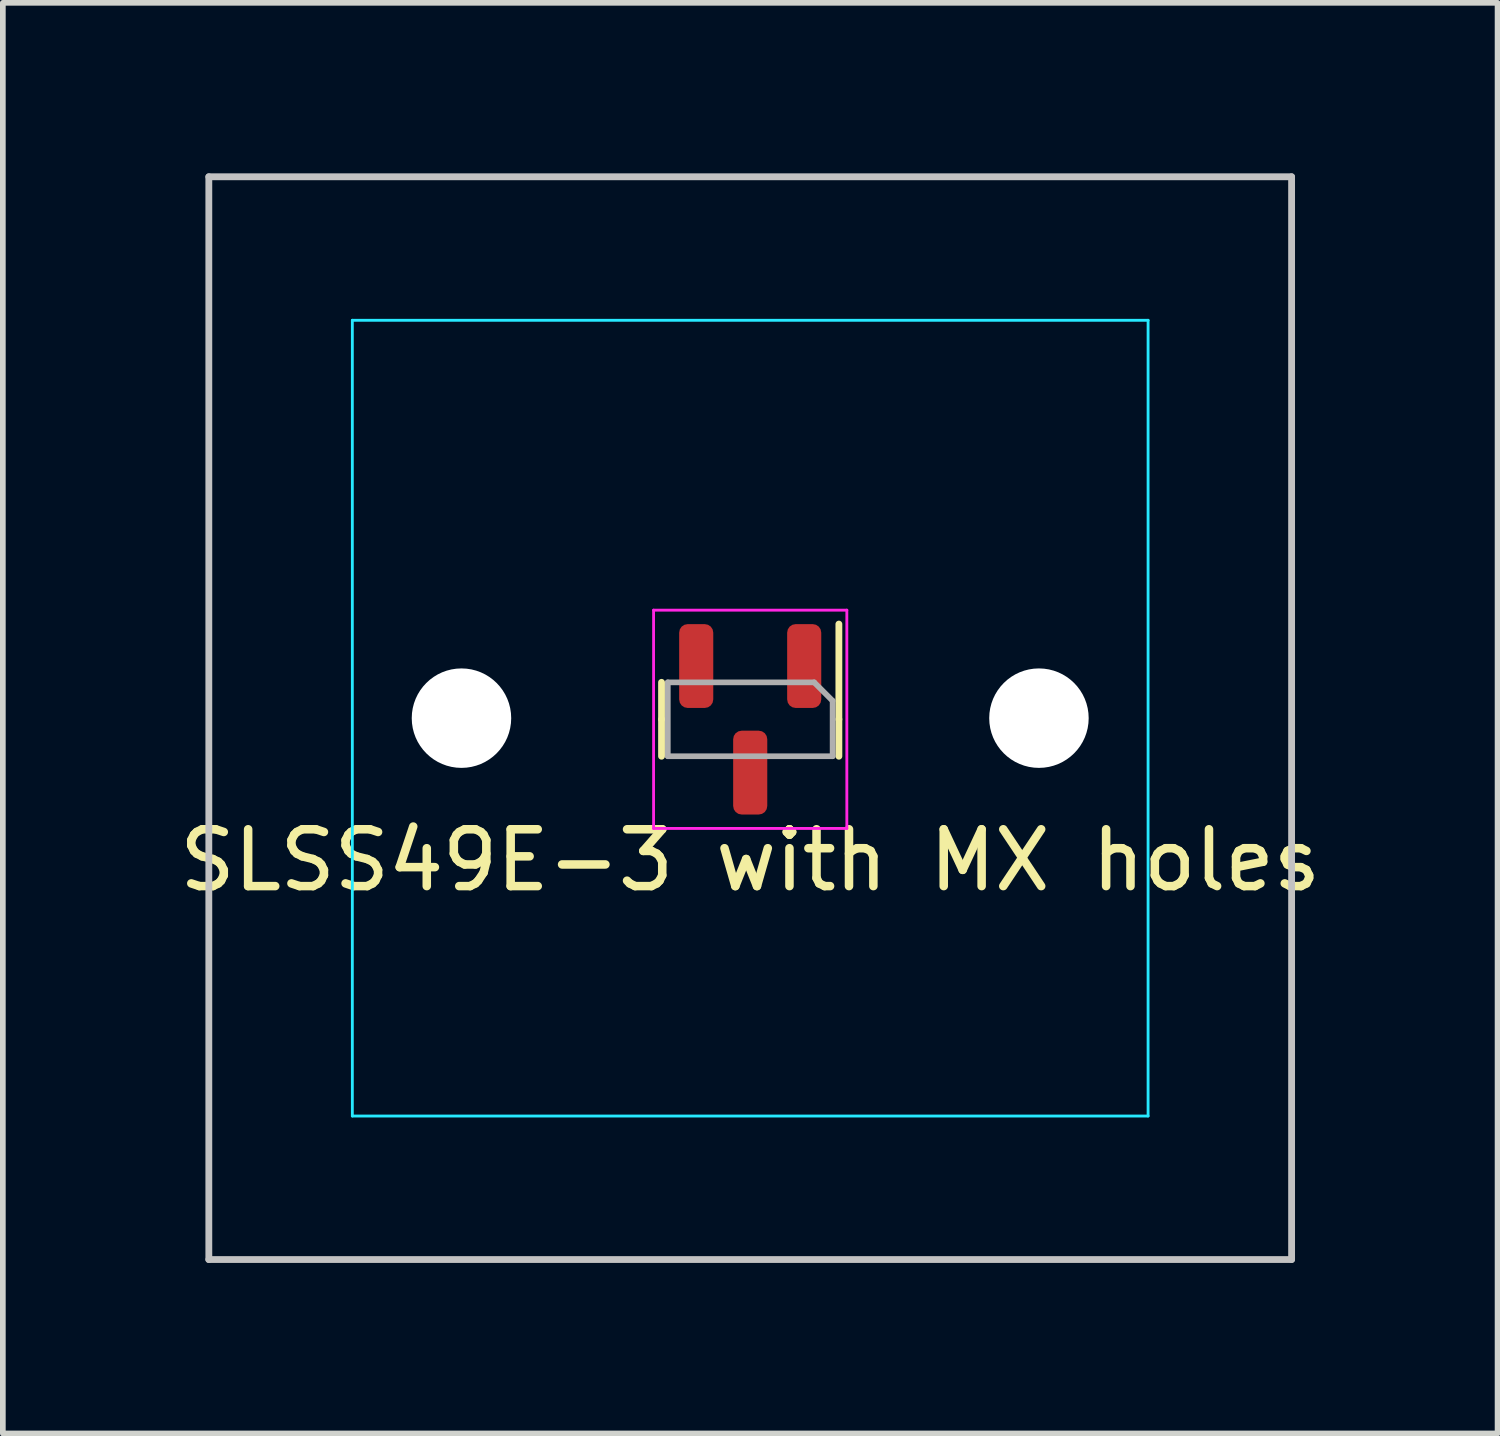
<source format=kicad_pcb>
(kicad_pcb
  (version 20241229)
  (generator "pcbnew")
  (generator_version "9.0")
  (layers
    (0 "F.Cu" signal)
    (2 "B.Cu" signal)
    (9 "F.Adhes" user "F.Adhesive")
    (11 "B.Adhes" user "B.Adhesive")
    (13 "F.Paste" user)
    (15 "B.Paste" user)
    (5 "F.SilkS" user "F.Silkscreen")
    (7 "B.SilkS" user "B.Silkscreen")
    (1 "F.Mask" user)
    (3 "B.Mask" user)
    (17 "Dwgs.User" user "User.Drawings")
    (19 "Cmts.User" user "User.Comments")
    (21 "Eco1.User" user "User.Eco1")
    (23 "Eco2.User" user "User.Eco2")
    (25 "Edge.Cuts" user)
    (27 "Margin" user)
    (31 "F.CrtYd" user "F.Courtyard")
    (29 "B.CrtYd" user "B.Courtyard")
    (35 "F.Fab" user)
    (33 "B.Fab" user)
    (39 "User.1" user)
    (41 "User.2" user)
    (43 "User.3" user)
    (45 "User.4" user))
  (footprint "SLSS49E-3 with MX holes"
    (layer "F.Cu")
    (at 10.149 9.585)
    (property "Reference" "SLSS49E-3 with MX holes" (at 0 2.5 0) (unlocked yes) (layer "F.SilkS") (effects (font (size 1 1) (thickness 0.15))))
    (attr smd)
    (fp_line (start -1.56 0.02) (end -1.56 -0.63) (stroke (width 0.12) (type solid)) (layer "F.SilkS"))
    (fp_line (start -1.56 0.02) (end -1.56 0.67) (stroke (width 0.12) (type solid)) (layer "F.SilkS"))
    (fp_line (start 1.56 0.02) (end 1.56 -1.655) (stroke (width 0.12) (type solid)) (layer "F.SilkS"))
    (fp_line (start 1.56 0.02) (end 1.56 0.67) (stroke (width 0.12) (type solid)) (layer "F.SilkS"))
    (fp_line (start -9.525 -9.525) (end -9.525 9.525) (stroke (width 0.12) (type solid)) (layer "Dwgs.User"))
    (fp_line (start -9.525 9.525) (end 9.525 9.525) (stroke (width 0.12) (type solid)) (layer "Dwgs.User"))
    (fp_line (start 9.525 -9.525) (end -9.525 -9.525) (stroke (width 0.12) (type solid)) (layer "Dwgs.User"))
    (fp_line (start 9.525 9.525) (end 9.525 -9.525) (stroke (width 0.12) (type solid)) (layer "Dwgs.User"))
    (fp_line (start -7 6.5) (end -7 -6.5) (stroke (width 0.05) (type solid)) (layer "Eco2.User"))
    (fp_line (start -6.5 -7) (end 6.5 -7) (stroke (width 0.05) (type solid)) (layer "Eco2.User"))
    (fp_line (start 6.5 7) (end -6.5 7) (stroke (width 0.05) (type solid)) (layer "Eco2.User"))
    (fp_line (start 7 -6.5) (end 7 6.5) (stroke (width 0.05) (type solid)) (layer "Eco2.User"))
    (fp_arc (start -7 -6.5) (mid -6.853553 -6.853553) (end -6.5 -7) (stroke (width 0.05) (type solid)) (layer "Eco2.User"))
    (fp_arc (start -6.5 7) (mid -6.853553 6.853553) (end -7 6.5) (stroke (width 0.05) (type solid)) (layer "Eco2.User"))
    (fp_arc (start 6.5 -7) (mid 6.853553 -6.853553) (end 7 -6.5) (stroke (width 0.05) (type solid)) (layer "Eco2.User"))
    (fp_arc (start 6.997236 6.498884) (mid 6.850806 6.852455) (end 6.497236 6.998884) (stroke (width 0.05) (type solid)) (layer "Eco2.User"))
    (fp_line (start -7 -7) (end 7 -7) (stroke (width 0.05) (type solid)) (layer "B.CrtYd"))
    (fp_line (start -7 7) (end -7 -7) (stroke (width 0.05) (type solid)) (layer "B.CrtYd"))
    (fp_line (start 7 -7) (end 7 7) (stroke (width 0.05) (type solid)) (layer "B.CrtYd"))
    (fp_line (start 7 7) (end -7 7) (stroke (width 0.05) (type solid)) (layer "B.CrtYd"))
    (fp_line (start -1.7 -1.9) (end -1.7 1.94) (stroke (width 0.05) (type solid)) (layer "F.CrtYd"))
    (fp_line (start -1.7 1.94) (end 1.7 1.94) (stroke (width 0.05) (type solid)) (layer "F.CrtYd"))
    (fp_line (start 1.7 -1.9) (end -1.7 -1.9) (stroke (width 0.05) (type solid)) (layer "F.CrtYd"))
    (fp_line (start 1.7 1.94) (end 1.7 -1.9) (stroke (width 0.05) (type solid)) (layer "F.CrtYd"))
    (fp_line (start -1.45 -0.63) (end 1.125 -0.63) (stroke (width 0.1) (type solid)) (layer "F.Fab"))
    (fp_line (start -1.45 0.67) (end -1.45 -0.63) (stroke (width 0.1) (type solid)) (layer "F.Fab"))
    (fp_line (start 1.125 -0.63) (end 1.45 -0.305) (stroke (width 0.1) (type solid)) (layer "F.Fab"))
    (fp_line (start 1.45 -0.305) (end 1.45 0.67) (stroke (width 0.1) (type solid)) (layer "F.Fab"))
    (fp_line (start 1.45 0.67) (end -1.45 0.67) (stroke (width 0.1) (type solid)) (layer "F.Fab"))
    (pad "" np_thru_hole circle (at -5.08 0) (size 1.75 1.75) (drill 1.75) (layers "*.Cu" "*.Mask"))
    (pad "" np_thru_hole circle (at 5.08 0) (size 1.75 1.75) (drill 1.75) (layers "*.Cu" "*.Mask"))
    (pad "1" smd roundrect (at 0.95 -0.917 270) (size 1.475 0.6) (layers "F.Cu" "F.Mask" "F.Paste") (roundrect_rratio 0.25))
    (pad "2" smd roundrect (at 0 0.958 270) (size 1.475 0.6) (layers "F.Cu" "F.Mask" "F.Paste") (roundrect_rratio 0.25))
    (pad "3" smd roundrect (at -0.95 -0.917 270) (size 1.475 0.6) (layers "F.Cu" "F.Mask" "F.Paste") (roundrect_rratio 0.25))
    (zone (net_name "") (layers "F.Cu" "B.Cu") (name "KEEP OUT") (hatch edge 0.5) (connect_pads) (min_thickness 0.25) (filled_areas_thickness no) (keepout (tracks allowed) (vias allowed) (pads allowed) (copperpour not_allowed) (footprints allowed)) (placement (enabled no)) (fill) (polygon (pts (xy 9.514 7.934) (xy 8.498 8.95) (xy 8.498 10.22) (xy 9.514 11.236) (xy 10.784 11.236) (xy 11.8 10.22) (xy 11.8 8.95) (xy 10.784 7.934)))))
  (gr_rect
    (start -3 -3)
    (end 23.298 22.17)
    (stroke (width 0.1) (type default))
    (fill no)
    (layer "Edge.Cuts")))
</source>
